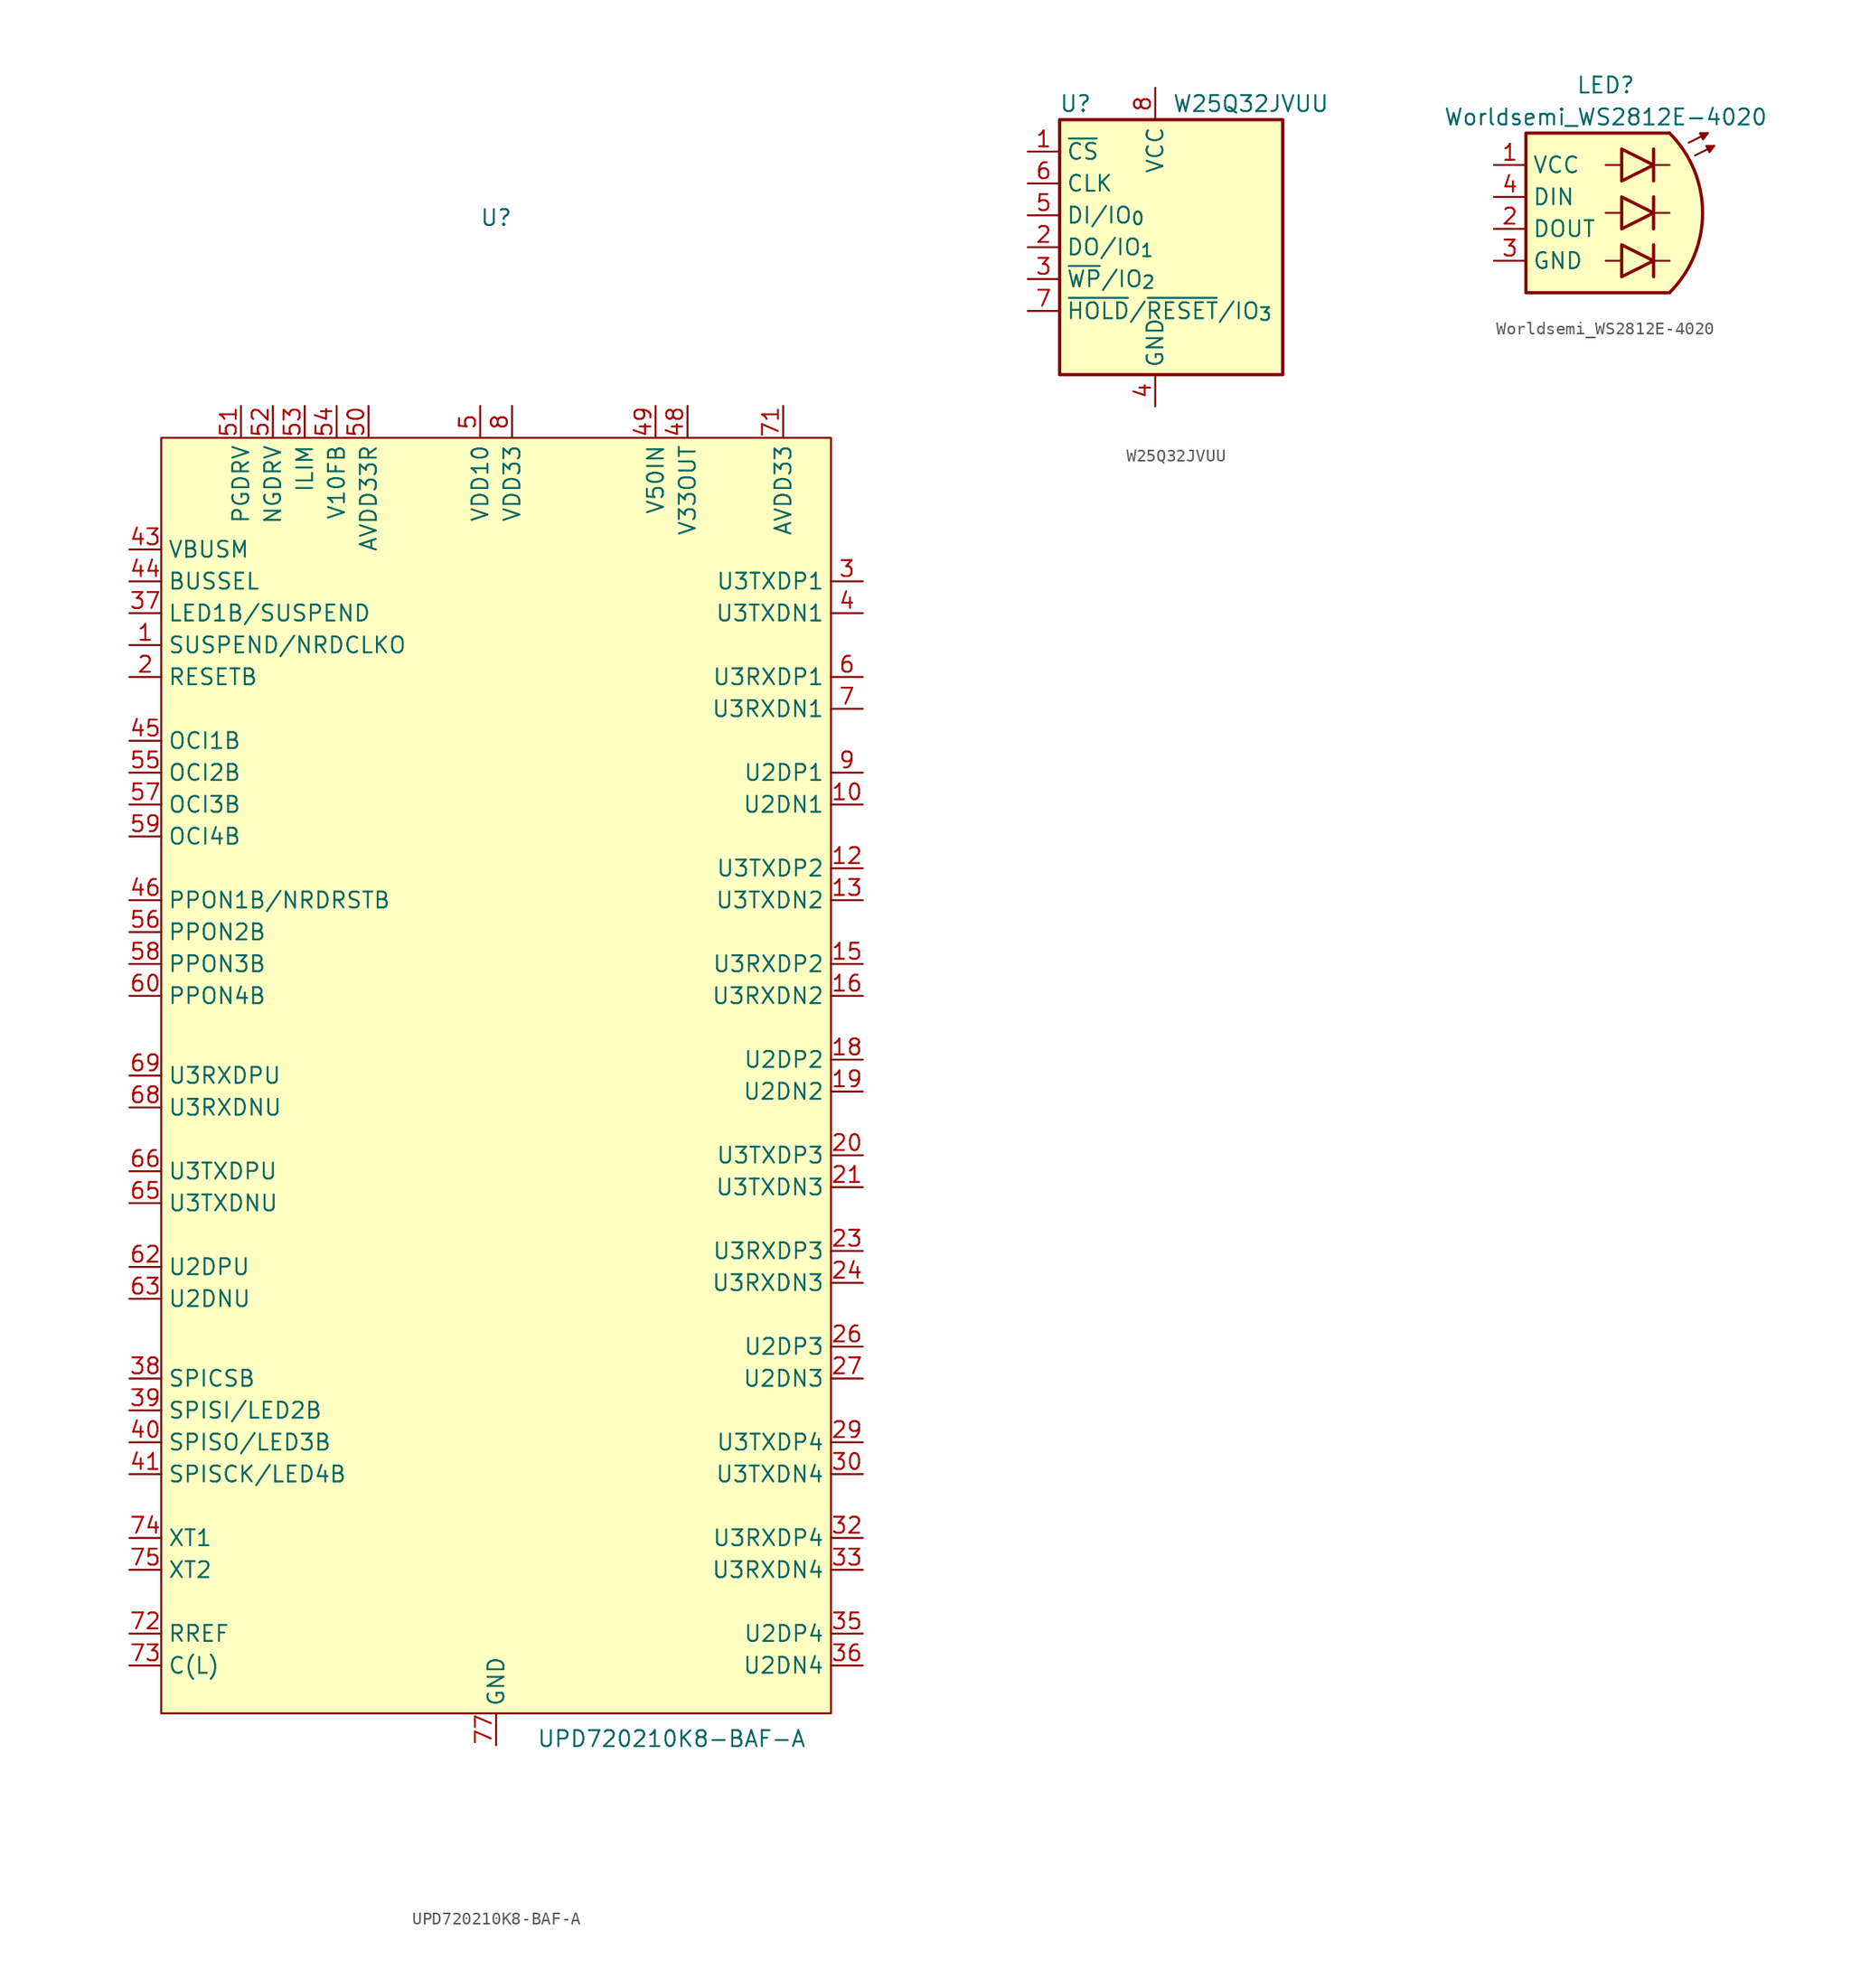
<source format=kicad_sym>
(kicad_symbol_lib
  (version 20241209)
  (generator "kicad_symbol_editor")
  (generator_version "9.0")
  (symbol "UPD720210K8-BAF-A"
    (property "Reference" "U"
      (at 0 68.326 0)
      (effects (font (size 1.27 1.27))))
    (property "Value" "UPD720210K8-BAF-A"
      (at 13.97 -52.832 0)
      (effects (font (size 1.27 1.27))))
    (symbol "UPD720210K8-BAF-A_0_1"
      (rectangle (start -26.67 50.8) (end 26.67 -50.8) (stroke (width 0) (type default)) (fill (type background)))
      (pin input line (at -29.21 26.67 0) (length 2.54) (name "OCI1B" (effects (font (size 1.27 1.27)))) (number "45" (effects (font (size 1.27 1.27)))))
      (pin input line (at -29.21 24.13 0) (length 2.54) (name "OCI2B" (effects (font (size 1.27 1.27)))) (number "55" (effects (font (size 1.27 1.27)))))
      (pin input line (at -29.21 21.59 0) (length 2.54) (name "OCI3B" (effects (font (size 1.27 1.27)))) (number "57" (effects (font (size 1.27 1.27)))))
      (pin input line (at -29.21 19.05 0) (length 2.54) (name "OCI4B" (effects (font (size 1.27 1.27)))) (number "59" (effects (font (size 1.27 1.27)))))
      (pin bidirectional line (at -29.21 13.97 0) (length 2.54) (name "PPON1B/NRDRSTB" (effects (font (size 1.27 1.27)))) (number "46" (effects (font (size 1.27 1.27)))))
      (pin bidirectional line (at -29.21 11.43 0) (length 2.54) (name "PPON2B" (effects (font (size 1.27 1.27)))) (number "56" (effects (font (size 1.27 1.27)))))
      (pin bidirectional line (at -29.21 8.89 0) (length 2.54) (name "PPON3B" (effects (font (size 1.27 1.27)))) (number "58" (effects (font (size 1.27 1.27)))))
      (pin bidirectional line (at -29.21 6.35 0) (length 2.54) (name "PPON4B" (effects (font (size 1.27 1.27)))) (number "60" (effects (font (size 1.27 1.27)))))
      (pin input line (at -29.21 0 0) (length 2.54) (name "U3RXDPU" (effects (font (size 1.27 1.27)))) (number "69" (effects (font (size 1.27 1.27)))))
      (pin input line (at -29.21 -2.54 0) (length 2.54) (name "U3RXDNU" (effects (font (size 1.27 1.27)))) (number "68" (effects (font (size 1.27 1.27)))))
      (pin output line (at -29.21 -7.62 0) (length 2.54) (name "U3TXDPU" (effects (font (size 1.27 1.27)))) (number "66" (effects (font (size 1.27 1.27)))))
      (pin output line (at -29.21 -10.16 0) (length 2.54) (name "U3TXDNU" (effects (font (size 1.27 1.27)))) (number "65" (effects (font (size 1.27 1.27)))))
      (pin bidirectional line (at -29.21 -15.24 0) (length 2.54) (name "U2DPU" (effects (font (size 1.27 1.27)))) (number "62" (effects (font (size 1.27 1.27)))))
      (pin bidirectional line (at -29.21 -24.13 0) (length 2.54) (name "SPICSB" (effects (font (size 1.27 1.27)))) (number "38" (effects (font (size 1.27 1.27)))))
      (pin bidirectional line (at -29.21 -26.67 0) (length 2.54) (name "SPISI/LED2B" (effects (font (size 1.27 1.27)))) (number "39" (effects (font (size 1.27 1.27)))))
      (pin bidirectional line (at -29.21 -29.21 0) (length 2.54) (name "SPISO/LED3B" (effects (font (size 1.27 1.27)))) (number "40" (effects (font (size 1.27 1.27)))))
      (pin bidirectional line (at -29.21 -31.75 0) (length 2.54) (name "SPISCK/LED4B" (effects (font (size 1.27 1.27)))) (number "41" (effects (font (size 1.27 1.27)))))
      (pin passive line (at -29.21 -44.45 0) (length 2.54) (name "RREF" (effects (font (size 1.27 1.27)))) (number "72" (effects (font (size 1.27 1.27)))))
      (pin passive line (at -29.21 -46.99 0) (length 2.54) (name "C(L)" (effects (font (size 1.27 1.27)))) (number "73" (effects (font (size 1.27 1.27)))))
      (pin output line (at -20.32 53.34 270) (length 2.54) (name "PGDRV" (effects (font (size 1.27 1.27)))) (number "51" (effects (font (size 1.27 1.27)))))
      (pin output line (at -17.78 53.34 270) (length 2.54) (name "NGDRV" (effects (font (size 1.27 1.27)))) (number "52" (effects (font (size 1.27 1.27)))))
      (pin passive line (at -1.27 53.34 270) (length 2.54) (hide yes) (name "VDD10" (effects (font (size 1.27 1.27)))) (number "11" (effects (font (size 1.27 1.27)))))
      (pin passive line (at -1.27 53.34 270) (length 2.54) (hide yes) (name "VDD10" (effects (font (size 1.27 1.27)))) (number "14" (effects (font (size 1.27 1.27)))))
      (pin passive line (at -1.27 53.34 270) (length 2.54) (hide yes) (name "VDD10" (effects (font (size 1.27 1.27)))) (number "22" (effects (font (size 1.27 1.27)))))
      (pin passive line (at -1.27 53.34 270) (length 2.54) (hide yes) (name "VDD10" (effects (font (size 1.27 1.27)))) (number "28" (effects (font (size 1.27 1.27)))))
      (pin passive line (at -1.27 53.34 270) (length 2.54) (hide yes) (name "VDD10" (effects (font (size 1.27 1.27)))) (number "31" (effects (font (size 1.27 1.27)))))
      (pin passive line (at -1.27 53.34 270) (length 2.54) (hide yes) (name "VDD10" (effects (font (size 1.27 1.27)))) (number "47" (effects (font (size 1.27 1.27)))))
      (pin power_in line (at -1.27 53.34 270) (length 2.54) (name "VDD10" (effects (font (size 1.27 1.27)))) (number "5" (effects (font (size 1.27 1.27)))))
      (pin passive line (at -1.27 53.34 270) (length 2.54) (hide yes) (name "VDD10" (effects (font (size 1.27 1.27)))) (number "64" (effects (font (size 1.27 1.27)))))
      (pin passive line (at -1.27 53.34 270) (length 2.54) (hide yes) (name "VDD10" (effects (font (size 1.27 1.27)))) (number "67" (effects (font (size 1.27 1.27)))))
      (pin passive line (at -1.27 53.34 270) (length 2.54) (hide yes) (name "VDD10" (effects (font (size 1.27 1.27)))) (number "70" (effects (font (size 1.27 1.27)))))
      (pin power_in line (at 0 -53.34 90) (length 2.54) (name "GND" (effects (font (size 1.27 1.27)))) (number "77" (effects (font (size 1.27 1.27)))))
      (pin passive line (at 1.27 53.34 270) (length 2.54) (hide yes) (name "VDD33" (effects (font (size 1.27 1.27)))) (number "17" (effects (font (size 1.27 1.27)))))
      (pin passive line (at 1.27 53.34 270) (length 2.54) (hide yes) (name "VDD33" (effects (font (size 1.27 1.27)))) (number "25" (effects (font (size 1.27 1.27)))))
      (pin passive line (at 1.27 53.34 270) (length 2.54) (hide yes) (name "VDD33" (effects (font (size 1.27 1.27)))) (number "34" (effects (font (size 1.27 1.27)))))
      (pin passive line (at 1.27 53.34 270) (length 2.54) (hide yes) (name "VDD33" (effects (font (size 1.27 1.27)))) (number "42" (effects (font (size 1.27 1.27)))))
      (pin passive line (at 1.27 53.34 270) (length 2.54) (hide yes) (name "VDD33" (effects (font (size 1.27 1.27)))) (number "61" (effects (font (size 1.27 1.27)))))
      (pin passive line (at 1.27 53.34 270) (length 2.54) (hide yes) (name "VDD33" (effects (font (size 1.27 1.27)))) (number "76" (effects (font (size 1.27 1.27)))))
      (pin power_in line (at 1.27 53.34 270) (length 2.54) (name "VDD33" (effects (font (size 1.27 1.27)))) (number "8" (effects (font (size 1.27 1.27)))))
      (pin power_in line (at 22.86 53.34 270) (length 2.54) (name "AVDD33" (effects (font (size 1.27 1.27)))) (number "71" (effects (font (size 1.27 1.27)))))
      (pin output line (at 29.21 39.37 180) (length 2.54) (name "U3TXDP1" (effects (font (size 1.27 1.27)))) (number "3" (effects (font (size 1.27 1.27)))))
      (pin output line (at 29.21 36.83 180) (length 2.54) (name "U3TXDN1" (effects (font (size 1.27 1.27)))) (number "4" (effects (font (size 1.27 1.27)))))
      (pin input line (at 29.21 31.75 180) (length 2.54) (name "U3RXDP1" (effects (font (size 1.27 1.27)))) (number "6" (effects (font (size 1.27 1.27)))))
      (pin input line (at 29.21 29.21 180) (length 2.54) (name "U3RXDN1" (effects (font (size 1.27 1.27)))) (number "7" (effects (font (size 1.27 1.27)))))
      (pin bidirectional line (at 29.21 24.13 180) (length 2.54) (name "U2DP1" (effects (font (size 1.27 1.27)))) (number "9" (effects (font (size 1.27 1.27)))))
      (pin output line (at 29.21 16.51 180) (length 2.54) (name "U3TXDP2" (effects (font (size 1.27 1.27)))) (number "12" (effects (font (size 1.27 1.27)))))
      (pin output line (at 29.21 13.97 180) (length 2.54) (name "U3TXDN2" (effects (font (size 1.27 1.27)))) (number "13" (effects (font (size 1.27 1.27)))))
      (pin input line (at 29.21 8.89 180) (length 2.54) (name "U3RXDP2" (effects (font (size 1.27 1.27)))) (number "15" (effects (font (size 1.27 1.27)))))
      (pin input line (at 29.21 6.35 180) (length 2.54) (name "U3RXDN2" (effects (font (size 1.27 1.27)))) (number "16" (effects (font (size 1.27 1.27)))))
      (pin bidirectional line (at 29.21 1.27 180) (length 2.54) (name "U2DP2" (effects (font (size 1.27 1.27)))) (number "18" (effects (font (size 1.27 1.27)))))
      (pin output line (at 29.21 -6.35 180) (length 2.54) (name "U3TXDP3" (effects (font (size 1.27 1.27)))) (number "20" (effects (font (size 1.27 1.27)))))
      (pin output line (at 29.21 -8.89 180) (length 2.54) (name "U3TXDN3" (effects (font (size 1.27 1.27)))) (number "21" (effects (font (size 1.27 1.27)))))
      (pin input line (at 29.21 -13.97 180) (length 2.54) (name "U3RXDP3" (effects (font (size 1.27 1.27)))) (number "23" (effects (font (size 1.27 1.27)))))
      (pin input line (at 29.21 -16.51 180) (length 2.54) (name "U3RXDN3" (effects (font (size 1.27 1.27)))) (number "24" (effects (font (size 1.27 1.27)))))
      (pin bidirectional line (at 29.21 -21.59 180) (length 2.54) (name "U2DP3" (effects (font (size 1.27 1.27)))) (number "26" (effects (font (size 1.27 1.27)))))
      (pin output line (at 29.21 -29.21 180) (length 2.54) (name "U3TXDP4" (effects (font (size 1.27 1.27)))) (number "29" (effects (font (size 1.27 1.27)))))
      (pin output line (at 29.21 -31.75 180) (length 2.54) (name "U3TXDN4" (effects (font (size 1.27 1.27)))) (number "30" (effects (font (size 1.27 1.27)))))
      (pin input line (at 29.21 -36.83 180) (length 2.54) (name "U3RXDP4" (effects (font (size 1.27 1.27)))) (number "32" (effects (font (size 1.27 1.27)))))
      (pin input line (at 29.21 -39.37 180) (length 2.54) (name "U3RXDN4" (effects (font (size 1.27 1.27)))) (number "33" (effects (font (size 1.27 1.27)))))
      (pin bidirectional line (at 29.21 -44.45 180) (length 2.54) (name "U2DP4" (effects (font (size 1.27 1.27)))) (number "35" (effects (font (size 1.27 1.27))))))
    (symbol "UPD720210K8-BAF-A_1_1"
      (pin input line (at -29.21 41.91 0) (length 2.54) (name "VBUSM" (effects (font (size 1.27 1.27)))) (number "43" (effects (font (size 1.27 1.27)))))
      (pin input line (at -29.21 39.37 0) (length 2.54) (name "BUSSEL" (effects (font (size 1.27 1.27)))) (number "44" (effects (font (size 1.27 1.27)))))
      (pin output line (at -29.21 36.83 0) (length 2.54) (name "LED1B/SUSPEND" (effects (font (size 1.27 1.27)))) (number "37" (effects (font (size 1.27 1.27)))))
      (pin output line (at -29.21 34.29 0) (length 2.54) (name "SUSPEND/NRDCLKO" (effects (font (size 1.27 1.27)))) (number "1" (effects (font (size 1.27 1.27)))))
      (pin input line (at -29.21 31.75 0) (length 2.54) (name "RESETB" (effects (font (size 1.27 1.27)))) (number "2" (effects (font (size 1.27 1.27)))))
      (pin bidirectional line (at -29.21 -17.78 0) (length 2.54) (name "U2DNU" (effects (font (size 1.27 1.27)))) (number "63" (effects (font (size 1.27 1.27)))))
      (pin input line (at -29.21 -36.83 0) (length 2.54) (name "XT1" (effects (font (size 1.27 1.27)))) (number "74" (effects (font (size 1.27 1.27)))))
      (pin output line (at -29.21 -39.37 0) (length 2.54) (name "XT2" (effects (font (size 1.27 1.27)))) (number "75" (effects (font (size 1.27 1.27)))))
      (pin input line (at -15.24 53.34 270) (length 2.54) (name "ILIM" (effects (font (size 1.27 1.27)))) (number "53" (effects (font (size 1.27 1.27)))))
      (pin input line (at -12.7 53.34 270) (length 2.54) (name "V10FB" (effects (font (size 1.27 1.27)))) (number "54" (effects (font (size 1.27 1.27)))))
      (pin power_in line (at -10.16 53.34 270) (length 2.54) (name "AVDD33R" (effects (font (size 1.27 1.27)))) (number "50" (effects (font (size 1.27 1.27)))))
      (pin power_in line (at 12.7 53.34 270) (length 2.54) (name "V50IN" (effects (font (size 1.27 1.27)))) (number "49" (effects (font (size 1.27 1.27)))))
      (pin power_out line (at 15.24 53.34 270) (length 2.54) (name "V33OUT" (effects (font (size 1.27 1.27)))) (number "48" (effects (font (size 1.27 1.27)))))
      (pin bidirectional line (at 29.21 21.59 180) (length 2.54) (name "U2DN1" (effects (font (size 1.27 1.27)))) (number "10" (effects (font (size 1.27 1.27)))))
      (pin bidirectional line (at 29.21 -1.27 180) (length 2.54) (name "U2DN2" (effects (font (size 1.27 1.27)))) (number "19" (effects (font (size 1.27 1.27)))))
      (pin bidirectional line (at 29.21 -24.13 180) (length 2.54) (name "U2DN3" (effects (font (size 1.27 1.27)))) (number "27" (effects (font (size 1.27 1.27)))))
      (pin bidirectional line (at 29.21 -46.99 180) (length 2.54) (name "U2DN4" (effects (font (size 1.27 1.27)))) (number "36" (effects (font (size 1.27 1.27)))))))
  (symbol "W25Q32JVUU"
    (property "Reference" "U"
      (at -6.35 11.43 0)
      (effects (font (size 1.27 1.27))))
    (property "Value" "W25Q32JVUU"
      (at 7.62 11.43 0)
      (effects (font (size 1.27 1.27))))
    (symbol "W25Q32JVUU_0_1"
      (rectangle (start -7.62 10.16) (end 10.16 -10.16) (stroke (width 0.254) (type default)) (fill (type background))))
    (symbol "W25Q32JVUU_1_1"
      (pin input line (at -10.16 7.62 0) (length 2.54) (name "~{CS}" (effects (font (size 1.27 1.27)))) (number "1" (effects (font (size 1.27 1.27)))))
      (pin input line (at -10.16 5.08 0) (length 2.54) (name "CLK" (effects (font (size 1.27 1.27)))) (number "6" (effects (font (size 1.27 1.27)))))
      (pin bidirectional line (at -10.16 2.54 0) (length 2.54) (name "DI/IO_{0}" (effects (font (size 1.27 1.27)))) (number "5" (effects (font (size 1.27 1.27)))))
      (pin bidirectional line (at -10.16 0 0) (length 2.54) (name "DO/IO_{1}" (effects (font (size 1.27 1.27)))) (number "2" (effects (font (size 1.27 1.27)))))
      (pin bidirectional line (at -10.16 -2.54 0) (length 2.54) (name "~{WP}/IO_{2}" (effects (font (size 1.27 1.27)))) (number "3" (effects (font (size 1.27 1.27)))))
      (pin bidirectional line (at -10.16 -5.08 0) (length 2.54) (name "~{HOLD}/~{RESET}/IO_{3}" (effects (font (size 1.27 1.27)))) (number "7" (effects (font (size 1.27 1.27)))))
      (pin power_in line (at 0 12.7 270) (length 2.54) (name "VCC" (effects (font (size 1.27 1.27)))) (number "8" (effects (font (size 1.27 1.27)))))
      (pin power_in line (at 0 -12.7 90) (length 2.54) (name "GND" (effects (font (size 1.27 1.27)))) (number "4" (effects (font (size 1.27 1.27)))))
      (pin power_in line (at 0 -12.7 90) (length 2.54) (hide yes) (name "GND" (effects (font (size 1.27 1.27)))) (number "9" (effects (font (size 1.27 1.27)))))))
  (symbol "Worldsemi_WS2812E-4020"
    (property "Reference" "LED"
      (at 0 10.16 0)
      (effects (font (size 1.27 1.27))))
    (property "Value" "Worldsemi_WS2812E-4020"
      (at 0 7.62 0)
      (effects (font (size 1.27 1.27))))
    (symbol "Worldsemi_WS2812E-4020_0_1"
      (polyline (pts (xy 0 3.81) (xy 1.27 3.81)) (stroke (width 0) (type default)) (fill (type none)))
      (polyline (pts (xy 0 0) (xy 1.27 0)) (stroke (width 0) (type default)) (fill (type none)))
      (polyline (pts (xy 0 -3.81) (xy 1.27 -3.81)) (stroke (width 0) (type default)) (fill (type none)))
      (polyline (pts (xy 1.27 5.08) (xy 1.27 2.54) (xy 3.81 3.81) (xy 1.27 5.08)) (stroke (width 0.254) (type default)) (fill (type color) (color 70 70 200 1)))
      (polyline (pts (xy 1.27 1.27) (xy 1.27 -1.27) (xy 3.81 0) (xy 1.27 1.27)) (stroke (width 0.254) (type default)) (fill (type color) (color 240 30 30 1)))
      (polyline (pts (xy 1.27 -2.54) (xy 1.27 -5.08) (xy 3.81 -3.81) (xy 1.27 -2.54)) (stroke (width 0.254) (type default)) (fill (type color) (color 30 200 30 1)))
      (polyline (pts (xy 3.81 3.81) (xy 5.08 3.81)) (stroke (width 0) (type default)) (fill (type none)))
      (polyline (pts (xy 3.81 0) (xy 5.08 0)) (stroke (width 0) (type default)) (fill (type none)))
      (polyline (pts (xy 3.81 -3.81) (xy 5.08 -3.81)) (stroke (width 0) (type default)) (fill (type none)))
      (polyline (pts (xy 6.604 5.588) (xy 8.128 6.35)) (stroke (width 0.152) (type default)) (fill (type outline)))
      (polyline (pts (xy 7.112 4.572) (xy 8.636 5.334)) (stroke (width 0.152) (type default)) (fill (type color) (color 0 0 0 0)))
      (polyline (pts (xy 7.493 6.35) (xy 7.747 5.842) (xy 8.128 6.35) (xy 7.493 6.35)) (stroke (width 0.152) (type default)) (fill (type outline)))
      (polyline (pts (xy 8.001 5.334) (xy 8.255 4.826) (xy 8.636 5.334) (xy 8.001 5.334)) (stroke (width 0) (type solid)) (fill (type outline))))
    (symbol "Worldsemi_WS2812E-4020_1_1"
      (arc (start 5.08 6.35) (mid 7.7103 0) (end 5.08 -6.35) (stroke (width 0.254) (type default)) (fill (type background)))
      (polyline (pts (xy 3.81 2.54) (xy 3.81 5.08)) (stroke (width 0.254) (type default)) (fill (type none)))
      (polyline (pts (xy 3.81 -1.27) (xy 3.81 1.27)) (stroke (width 0.254) (type default)) (fill (type none)))
      (polyline (pts (xy 3.81 -5.08) (xy 3.81 -2.54)) (stroke (width 0.254) (type default)) (fill (type none)))
      (polyline (pts (xy 5.08 -6.35) (xy -6.35 -6.35) (xy -6.35 6.35) (xy 5.08 6.35)) (stroke (width 0.254) (type default)) (fill (type background)))
      (pin power_in line (at -8.89 3.81 0) (length 2.54) (name "VCC" (effects (font (size 1.27 1.27)))) (number "1" (effects (font (size 1.27 1.27)))))
      (pin input line (at -8.89 1.27 0) (length 2.54) (name "DIN" (effects (font (size 1.27 1.27)))) (number "4" (effects (font (size 1.27 1.27)))))
      (pin output line (at -8.89 -1.27 0) (length 2.54) (name "DOUT" (effects (font (size 1.27 1.27)))) (number "2" (effects (font (size 1.27 1.27)))))
      (pin power_in line (at -8.89 -3.81 0) (length 2.54) (name "GND" (effects (font (size 1.27 1.27)))) (number "3" (effects (font (size 1.27 1.27))))))))
</source>
